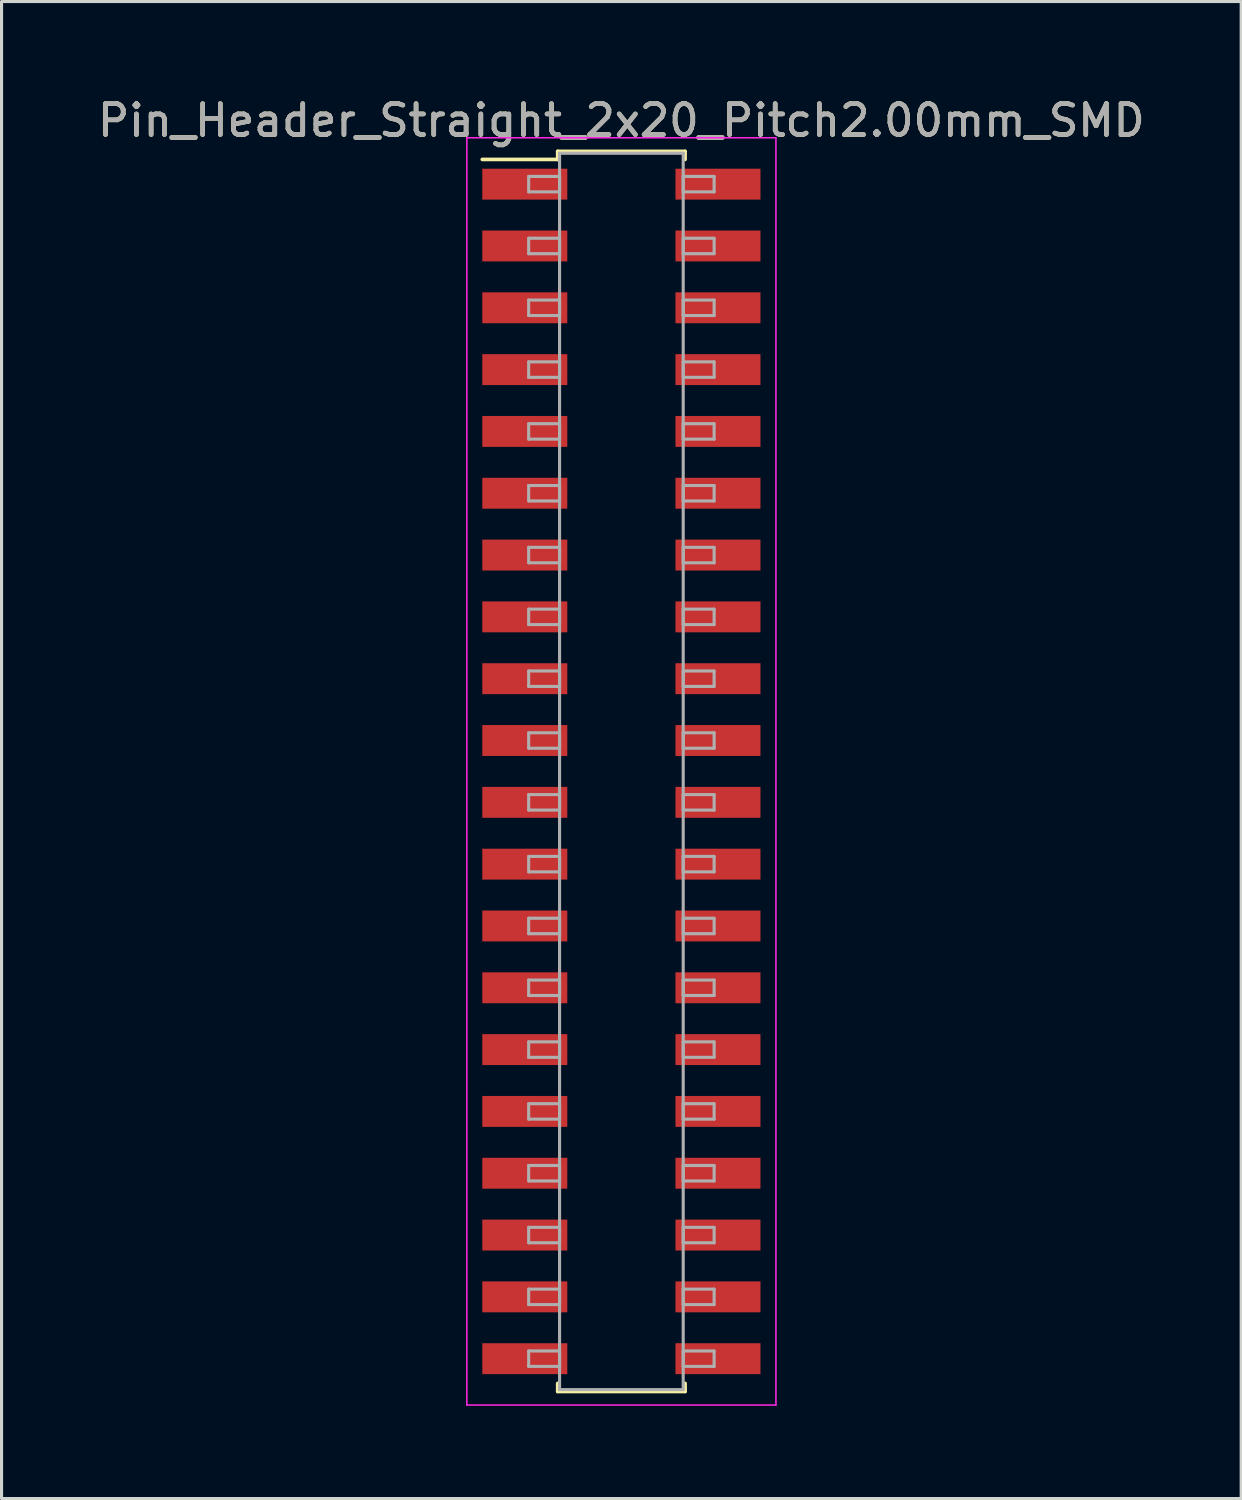
<source format=kicad_pcb>
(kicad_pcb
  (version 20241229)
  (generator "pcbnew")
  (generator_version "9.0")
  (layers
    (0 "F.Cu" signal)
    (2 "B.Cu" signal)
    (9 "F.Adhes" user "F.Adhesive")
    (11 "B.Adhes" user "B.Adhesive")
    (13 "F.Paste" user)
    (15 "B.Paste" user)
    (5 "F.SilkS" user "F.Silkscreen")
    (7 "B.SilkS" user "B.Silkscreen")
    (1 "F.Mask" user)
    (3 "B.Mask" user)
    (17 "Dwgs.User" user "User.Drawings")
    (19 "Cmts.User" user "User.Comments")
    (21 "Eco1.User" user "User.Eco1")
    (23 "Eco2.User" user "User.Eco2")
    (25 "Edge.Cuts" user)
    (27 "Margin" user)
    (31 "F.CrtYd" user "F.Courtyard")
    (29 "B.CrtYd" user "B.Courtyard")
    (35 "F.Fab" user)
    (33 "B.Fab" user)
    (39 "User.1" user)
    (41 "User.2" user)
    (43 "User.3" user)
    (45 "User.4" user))
  (footprint "Pin_Header_Straight_2x20_Pitch2.00mm_SMD"
    (layer "F.Cu")
    (at 17.054 21.908)
    (property "Reference" "Pin_Header_Straight_2x20_Pitch2.00mm_SMD" (at 0 -21.06 0) (layer "F.SilkS") (effects (font (size 1 1) (thickness 0.15))))
    (attr smd)
    (fp_line (start -4.5 -19.8) (end -2.06 -19.8) (stroke (width 0.12) (type solid)) (layer "F.SilkS"))
    (fp_line (start -2.06 -20.06) (end 2.06 -20.06) (stroke (width 0.12) (type solid)) (layer "F.SilkS"))
    (fp_line (start -2.06 -19.8) (end -2.06 -20.06) (stroke (width 0.12) (type solid)) (layer "F.SilkS"))
    (fp_line (start -2.06 19.8) (end -2.06 20.06) (stroke (width 0.12) (type solid)) (layer "F.SilkS"))
    (fp_line (start -2.06 20.06) (end 2.06 20.06) (stroke (width 0.12) (type solid)) (layer "F.SilkS"))
    (fp_line (start 2.06 -20.06) (end 2.06 -19.8) (stroke (width 0.12) (type solid)) (layer "F.SilkS"))
    (fp_line (start 2.06 20.06) (end 2.06 19.8) (stroke (width 0.12) (type solid)) (layer "F.SilkS"))
    (fp_line (start -5 -20.5) (end -5 20.5) (stroke (width 0.05) (type solid)) (layer "F.CrtYd"))
    (fp_line (start -5 20.5) (end 5 20.5) (stroke (width 0.05) (type solid)) (layer "F.CrtYd"))
    (fp_line (start 5 -20.5) (end -5 -20.5) (stroke (width 0.05) (type solid)) (layer "F.CrtYd"))
    (fp_line (start 5 20.5) (end 5 -20.5) (stroke (width 0.05) (type solid)) (layer "F.CrtYd"))
    (fp_line (start -3 -19.25) (end -2 -19.25) (stroke (width 0.1) (type solid)) (layer "F.Fab"))
    (fp_line (start -3 -18.75) (end -3 -19.25) (stroke (width 0.1) (type solid)) (layer "F.Fab"))
    (fp_line (start -3 -17.25) (end -2 -17.25) (stroke (width 0.1) (type solid)) (layer "F.Fab"))
    (fp_line (start -3 -16.75) (end -3 -17.25) (stroke (width 0.1) (type solid)) (layer "F.Fab"))
    (fp_line (start -3 -15.25) (end -2 -15.25) (stroke (width 0.1) (type solid)) (layer "F.Fab"))
    (fp_line (start -3 -14.75) (end -3 -15.25) (stroke (width 0.1) (type solid)) (layer "F.Fab"))
    (fp_line (start -3 -13.25) (end -2 -13.25) (stroke (width 0.1) (type solid)) (layer "F.Fab"))
    (fp_line (start -3 -12.75) (end -3 -13.25) (stroke (width 0.1) (type solid)) (layer "F.Fab"))
    (fp_line (start -3 -11.25) (end -2 -11.25) (stroke (width 0.1) (type solid)) (layer "F.Fab"))
    (fp_line (start -3 -10.75) (end -3 -11.25) (stroke (width 0.1) (type solid)) (layer "F.Fab"))
    (fp_line (start -3 -9.25) (end -2 -9.25) (stroke (width 0.1) (type solid)) (layer "F.Fab"))
    (fp_line (start -3 -8.75) (end -3 -9.25) (stroke (width 0.1) (type solid)) (layer "F.Fab"))
    (fp_line (start -3 -7.25) (end -2 -7.25) (stroke (width 0.1) (type solid)) (layer "F.Fab"))
    (fp_line (start -3 -6.75) (end -3 -7.25) (stroke (width 0.1) (type solid)) (layer "F.Fab"))
    (fp_line (start -3 -5.25) (end -2 -5.25) (stroke (width 0.1) (type solid)) (layer "F.Fab"))
    (fp_line (start -3 -4.75) (end -3 -5.25) (stroke (width 0.1) (type solid)) (layer "F.Fab"))
    (fp_line (start -3 -3.25) (end -2 -3.25) (stroke (width 0.1) (type solid)) (layer "F.Fab"))
    (fp_line (start -3 -2.75) (end -3 -3.25) (stroke (width 0.1) (type solid)) (layer "F.Fab"))
    (fp_line (start -3 -1.25) (end -2 -1.25) (stroke (width 0.1) (type solid)) (layer "F.Fab"))
    (fp_line (start -3 -0.75) (end -3 -1.25) (stroke (width 0.1) (type solid)) (layer "F.Fab"))
    (fp_line (start -3 0.75) (end -2 0.75) (stroke (width 0.1) (type solid)) (layer "F.Fab"))
    (fp_line (start -3 1.25) (end -3 0.75) (stroke (width 0.1) (type solid)) (layer "F.Fab"))
    (fp_line (start -3 2.75) (end -2 2.75) (stroke (width 0.1) (type solid)) (layer "F.Fab"))
    (fp_line (start -3 3.25) (end -3 2.75) (stroke (width 0.1) (type solid)) (layer "F.Fab"))
    (fp_line (start -3 4.75) (end -2 4.75) (stroke (width 0.1) (type solid)) (layer "F.Fab"))
    (fp_line (start -3 5.25) (end -3 4.75) (stroke (width 0.1) (type solid)) (layer "F.Fab"))
    (fp_line (start -3 6.75) (end -2 6.75) (stroke (width 0.1) (type solid)) (layer "F.Fab"))
    (fp_line (start -3 7.25) (end -3 6.75) (stroke (width 0.1) (type solid)) (layer "F.Fab"))
    (fp_line (start -3 8.75) (end -2 8.75) (stroke (width 0.1) (type solid)) (layer "F.Fab"))
    (fp_line (start -3 9.25) (end -3 8.75) (stroke (width 0.1) (type solid)) (layer "F.Fab"))
    (fp_line (start -3 10.75) (end -2 10.75) (stroke (width 0.1) (type solid)) (layer "F.Fab"))
    (fp_line (start -3 11.25) (end -3 10.75) (stroke (width 0.1) (type solid)) (layer "F.Fab"))
    (fp_line (start -3 12.75) (end -2 12.75) (stroke (width 0.1) (type solid)) (layer "F.Fab"))
    (fp_line (start -3 13.25) (end -3 12.75) (stroke (width 0.1) (type solid)) (layer "F.Fab"))
    (fp_line (start -3 14.75) (end -2 14.75) (stroke (width 0.1) (type solid)) (layer "F.Fab"))
    (fp_line (start -3 15.25) (end -3 14.75) (stroke (width 0.1) (type solid)) (layer "F.Fab"))
    (fp_line (start -3 16.75) (end -2 16.75) (stroke (width 0.1) (type solid)) (layer "F.Fab"))
    (fp_line (start -3 17.25) (end -3 16.75) (stroke (width 0.1) (type solid)) (layer "F.Fab"))
    (fp_line (start -3 18.75) (end -2 18.75) (stroke (width 0.1) (type solid)) (layer "F.Fab"))
    (fp_line (start -3 19.25) (end -3 18.75) (stroke (width 0.1) (type solid)) (layer "F.Fab"))
    (fp_line (start -2 -20) (end -2 20) (stroke (width 0.1) (type solid)) (layer "F.Fab"))
    (fp_line (start -2 -19.25) (end -2 -18.75) (stroke (width 0.1) (type solid)) (layer "F.Fab"))
    (fp_line (start -2 -18.75) (end -3 -18.75) (stroke (width 0.1) (type solid)) (layer "F.Fab"))
    (fp_line (start -2 -17.25) (end -2 -16.75) (stroke (width 0.1) (type solid)) (layer "F.Fab"))
    (fp_line (start -2 -16.75) (end -3 -16.75) (stroke (width 0.1) (type solid)) (layer "F.Fab"))
    (fp_line (start -2 -15.25) (end -2 -14.75) (stroke (width 0.1) (type solid)) (layer "F.Fab"))
    (fp_line (start -2 -14.75) (end -3 -14.75) (stroke (width 0.1) (type solid)) (layer "F.Fab"))
    (fp_line (start -2 -13.25) (end -2 -12.75) (stroke (width 0.1) (type solid)) (layer "F.Fab"))
    (fp_line (start -2 -12.75) (end -3 -12.75) (stroke (width 0.1) (type solid)) (layer "F.Fab"))
    (fp_line (start -2 -11.25) (end -2 -10.75) (stroke (width 0.1) (type solid)) (layer "F.Fab"))
    (fp_line (start -2 -10.75) (end -3 -10.75) (stroke (width 0.1) (type solid)) (layer "F.Fab"))
    (fp_line (start -2 -9.25) (end -2 -8.75) (stroke (width 0.1) (type solid)) (layer "F.Fab"))
    (fp_line (start -2 -8.75) (end -3 -8.75) (stroke (width 0.1) (type solid)) (layer "F.Fab"))
    (fp_line (start -2 -7.25) (end -2 -6.75) (stroke (width 0.1) (type solid)) (layer "F.Fab"))
    (fp_line (start -2 -6.75) (end -3 -6.75) (stroke (width 0.1) (type solid)) (layer "F.Fab"))
    (fp_line (start -2 -5.25) (end -2 -4.75) (stroke (width 0.1) (type solid)) (layer "F.Fab"))
    (fp_line (start -2 -4.75) (end -3 -4.75) (stroke (width 0.1) (type solid)) (layer "F.Fab"))
    (fp_line (start -2 -3.25) (end -2 -2.75) (stroke (width 0.1) (type solid)) (layer "F.Fab"))
    (fp_line (start -2 -2.75) (end -3 -2.75) (stroke (width 0.1) (type solid)) (layer "F.Fab"))
    (fp_line (start -2 -1.25) (end -2 -0.75) (stroke (width 0.1) (type solid)) (layer "F.Fab"))
    (fp_line (start -2 -0.75) (end -3 -0.75) (stroke (width 0.1) (type solid)) (layer "F.Fab"))
    (fp_line (start -2 0.75) (end -2 1.25) (stroke (width 0.1) (type solid)) (layer "F.Fab"))
    (fp_line (start -2 1.25) (end -3 1.25) (stroke (width 0.1) (type solid)) (layer "F.Fab"))
    (fp_line (start -2 2.75) (end -2 3.25) (stroke (width 0.1) (type solid)) (layer "F.Fab"))
    (fp_line (start -2 3.25) (end -3 3.25) (stroke (width 0.1) (type solid)) (layer "F.Fab"))
    (fp_line (start -2 4.75) (end -2 5.25) (stroke (width 0.1) (type solid)) (layer "F.Fab"))
    (fp_line (start -2 5.25) (end -3 5.25) (stroke (width 0.1) (type solid)) (layer "F.Fab"))
    (fp_line (start -2 6.75) (end -2 7.25) (stroke (width 0.1) (type solid)) (layer "F.Fab"))
    (fp_line (start -2 7.25) (end -3 7.25) (stroke (width 0.1) (type solid)) (layer "F.Fab"))
    (fp_line (start -2 8.75) (end -2 9.25) (stroke (width 0.1) (type solid)) (layer "F.Fab"))
    (fp_line (start -2 9.25) (end -3 9.25) (stroke (width 0.1) (type solid)) (layer "F.Fab"))
    (fp_line (start -2 10.75) (end -2 11.25) (stroke (width 0.1) (type solid)) (layer "F.Fab"))
    (fp_line (start -2 11.25) (end -3 11.25) (stroke (width 0.1) (type solid)) (layer "F.Fab"))
    (fp_line (start -2 12.75) (end -2 13.25) (stroke (width 0.1) (type solid)) (layer "F.Fab"))
    (fp_line (start -2 13.25) (end -3 13.25) (stroke (width 0.1) (type solid)) (layer "F.Fab"))
    (fp_line (start -2 14.75) (end -2 15.25) (stroke (width 0.1) (type solid)) (layer "F.Fab"))
    (fp_line (start -2 15.25) (end -3 15.25) (stroke (width 0.1) (type solid)) (layer "F.Fab"))
    (fp_line (start -2 16.75) (end -2 17.25) (stroke (width 0.1) (type solid)) (layer "F.Fab"))
    (fp_line (start -2 17.25) (end -3 17.25) (stroke (width 0.1) (type solid)) (layer "F.Fab"))
    (fp_line (start -2 18.75) (end -2 19.25) (stroke (width 0.1) (type solid)) (layer "F.Fab"))
    (fp_line (start -2 19.25) (end -3 19.25) (stroke (width 0.1) (type solid)) (layer "F.Fab"))
    (fp_line (start -2 20) (end 2 20) (stroke (width 0.1) (type solid)) (layer "F.Fab"))
    (fp_line (start 2 -20) (end -2 -20) (stroke (width 0.1) (type solid)) (layer "F.Fab"))
    (fp_line (start 2 -19.25) (end 2 -18.75) (stroke (width 0.1) (type solid)) (layer "F.Fab"))
    (fp_line (start 2 -18.75) (end 3 -18.75) (stroke (width 0.1) (type solid)) (layer "F.Fab"))
    (fp_line (start 2 -17.25) (end 2 -16.75) (stroke (width 0.1) (type solid)) (layer "F.Fab"))
    (fp_line (start 2 -16.75) (end 3 -16.75) (stroke (width 0.1) (type solid)) (layer "F.Fab"))
    (fp_line (start 2 -15.25) (end 2 -14.75) (stroke (width 0.1) (type solid)) (layer "F.Fab"))
    (fp_line (start 2 -14.75) (end 3 -14.75) (stroke (width 0.1) (type solid)) (layer "F.Fab"))
    (fp_line (start 2 -13.25) (end 2 -12.75) (stroke (width 0.1) (type solid)) (layer "F.Fab"))
    (fp_line (start 2 -12.75) (end 3 -12.75) (stroke (width 0.1) (type solid)) (layer "F.Fab"))
    (fp_line (start 2 -11.25) (end 2 -10.75) (stroke (width 0.1) (type solid)) (layer "F.Fab"))
    (fp_line (start 2 -10.75) (end 3 -10.75) (stroke (width 0.1) (type solid)) (layer "F.Fab"))
    (fp_line (start 2 -9.25) (end 2 -8.75) (stroke (width 0.1) (type solid)) (layer "F.Fab"))
    (fp_line (start 2 -8.75) (end 3 -8.75) (stroke (width 0.1) (type solid)) (layer "F.Fab"))
    (fp_line (start 2 -7.25) (end 2 -6.75) (stroke (width 0.1) (type solid)) (layer "F.Fab"))
    (fp_line (start 2 -6.75) (end 3 -6.75) (stroke (width 0.1) (type solid)) (layer "F.Fab"))
    (fp_line (start 2 -5.25) (end 2 -4.75) (stroke (width 0.1) (type solid)) (layer "F.Fab"))
    (fp_line (start 2 -4.75) (end 3 -4.75) (stroke (width 0.1) (type solid)) (layer "F.Fab"))
    (fp_line (start 2 -3.25) (end 2 -2.75) (stroke (width 0.1) (type solid)) (layer "F.Fab"))
    (fp_line (start 2 -2.75) (end 3 -2.75) (stroke (width 0.1) (type solid)) (layer "F.Fab"))
    (fp_line (start 2 -1.25) (end 2 -0.75) (stroke (width 0.1) (type solid)) (layer "F.Fab"))
    (fp_line (start 2 -0.75) (end 3 -0.75) (stroke (width 0.1) (type solid)) (layer "F.Fab"))
    (fp_line (start 2 0.75) (end 2 1.25) (stroke (width 0.1) (type solid)) (layer "F.Fab"))
    (fp_line (start 2 1.25) (end 3 1.25) (stroke (width 0.1) (type solid)) (layer "F.Fab"))
    (fp_line (start 2 2.75) (end 2 3.25) (stroke (width 0.1) (type solid)) (layer "F.Fab"))
    (fp_line (start 2 3.25) (end 3 3.25) (stroke (width 0.1) (type solid)) (layer "F.Fab"))
    (fp_line (start 2 4.75) (end 2 5.25) (stroke (width 0.1) (type solid)) (layer "F.Fab"))
    (fp_line (start 2 5.25) (end 3 5.25) (stroke (width 0.1) (type solid)) (layer "F.Fab"))
    (fp_line (start 2 6.75) (end 2 7.25) (stroke (width 0.1) (type solid)) (layer "F.Fab"))
    (fp_line (start 2 7.25) (end 3 7.25) (stroke (width 0.1) (type solid)) (layer "F.Fab"))
    (fp_line (start 2 8.75) (end 2 9.25) (stroke (width 0.1) (type solid)) (layer "F.Fab"))
    (fp_line (start 2 9.25) (end 3 9.25) (stroke (width 0.1) (type solid)) (layer "F.Fab"))
    (fp_line (start 2 10.75) (end 2 11.25) (stroke (width 0.1) (type solid)) (layer "F.Fab"))
    (fp_line (start 2 11.25) (end 3 11.25) (stroke (width 0.1) (type solid)) (layer "F.Fab"))
    (fp_line (start 2 12.75) (end 2 13.25) (stroke (width 0.1) (type solid)) (layer "F.Fab"))
    (fp_line (start 2 13.25) (end 3 13.25) (stroke (width 0.1) (type solid)) (layer "F.Fab"))
    (fp_line (start 2 14.75) (end 2 15.25) (stroke (width 0.1) (type solid)) (layer "F.Fab"))
    (fp_line (start 2 15.25) (end 3 15.25) (stroke (width 0.1) (type solid)) (layer "F.Fab"))
    (fp_line (start 2 16.75) (end 2 17.25) (stroke (width 0.1) (type solid)) (layer "F.Fab"))
    (fp_line (start 2 17.25) (end 3 17.25) (stroke (width 0.1) (type solid)) (layer "F.Fab"))
    (fp_line (start 2 18.75) (end 2 19.25) (stroke (width 0.1) (type solid)) (layer "F.Fab"))
    (fp_line (start 2 19.25) (end 3 19.25) (stroke (width 0.1) (type solid)) (layer "F.Fab"))
    (fp_line (start 2 20) (end 2 -20) (stroke (width 0.1) (type solid)) (layer "F.Fab"))
    (fp_line (start 3 -19.25) (end 2 -19.25) (stroke (width 0.1) (type solid)) (layer "F.Fab"))
    (fp_line (start 3 -18.75) (end 3 -19.25) (stroke (width 0.1) (type solid)) (layer "F.Fab"))
    (fp_line (start 3 -17.25) (end 2 -17.25) (stroke (width 0.1) (type solid)) (layer "F.Fab"))
    (fp_line (start 3 -16.75) (end 3 -17.25) (stroke (width 0.1) (type solid)) (layer "F.Fab"))
    (fp_line (start 3 -15.25) (end 2 -15.25) (stroke (width 0.1) (type solid)) (layer "F.Fab"))
    (fp_line (start 3 -14.75) (end 3 -15.25) (stroke (width 0.1) (type solid)) (layer "F.Fab"))
    (fp_line (start 3 -13.25) (end 2 -13.25) (stroke (width 0.1) (type solid)) (layer "F.Fab"))
    (fp_line (start 3 -12.75) (end 3 -13.25) (stroke (width 0.1) (type solid)) (layer "F.Fab"))
    (fp_line (start 3 -11.25) (end 2 -11.25) (stroke (width 0.1) (type solid)) (layer "F.Fab"))
    (fp_line (start 3 -10.75) (end 3 -11.25) (stroke (width 0.1) (type solid)) (layer "F.Fab"))
    (fp_line (start 3 -9.25) (end 2 -9.25) (stroke (width 0.1) (type solid)) (layer "F.Fab"))
    (fp_line (start 3 -8.75) (end 3 -9.25) (stroke (width 0.1) (type solid)) (layer "F.Fab"))
    (fp_line (start 3 -7.25) (end 2 -7.25) (stroke (width 0.1) (type solid)) (layer "F.Fab"))
    (fp_line (start 3 -6.75) (end 3 -7.25) (stroke (width 0.1) (type solid)) (layer "F.Fab"))
    (fp_line (start 3 -5.25) (end 2 -5.25) (stroke (width 0.1) (type solid)) (layer "F.Fab"))
    (fp_line (start 3 -4.75) (end 3 -5.25) (stroke (width 0.1) (type solid)) (layer "F.Fab"))
    (fp_line (start 3 -3.25) (end 2 -3.25) (stroke (width 0.1) (type solid)) (layer "F.Fab"))
    (fp_line (start 3 -2.75) (end 3 -3.25) (stroke (width 0.1) (type solid)) (layer "F.Fab"))
    (fp_line (start 3 -1.25) (end 2 -1.25) (stroke (width 0.1) (type solid)) (layer "F.Fab"))
    (fp_line (start 3 -0.75) (end 3 -1.25) (stroke (width 0.1) (type solid)) (layer "F.Fab"))
    (fp_line (start 3 0.75) (end 2 0.75) (stroke (width 0.1) (type solid)) (layer "F.Fab"))
    (fp_line (start 3 1.25) (end 3 0.75) (stroke (width 0.1) (type solid)) (layer "F.Fab"))
    (fp_line (start 3 2.75) (end 2 2.75) (stroke (width 0.1) (type solid)) (layer "F.Fab"))
    (fp_line (start 3 3.25) (end 3 2.75) (stroke (width 0.1) (type solid)) (layer "F.Fab"))
    (fp_line (start 3 4.75) (end 2 4.75) (stroke (width 0.1) (type solid)) (layer "F.Fab"))
    (fp_line (start 3 5.25) (end 3 4.75) (stroke (width 0.1) (type solid)) (layer "F.Fab"))
    (fp_line (start 3 6.75) (end 2 6.75) (stroke (width 0.1) (type solid)) (layer "F.Fab"))
    (fp_line (start 3 7.25) (end 3 6.75) (stroke (width 0.1) (type solid)) (layer "F.Fab"))
    (fp_line (start 3 8.75) (end 2 8.75) (stroke (width 0.1) (type solid)) (layer "F.Fab"))
    (fp_line (start 3 9.25) (end 3 8.75) (stroke (width 0.1) (type solid)) (layer "F.Fab"))
    (fp_line (start 3 10.75) (end 2 10.75) (stroke (width 0.1) (type solid)) (layer "F.Fab"))
    (fp_line (start 3 11.25) (end 3 10.75) (stroke (width 0.1) (type solid)) (layer "F.Fab"))
    (fp_line (start 3 12.75) (end 2 12.75) (stroke (width 0.1) (type solid)) (layer "F.Fab"))
    (fp_line (start 3 13.25) (end 3 12.75) (stroke (width 0.1) (type solid)) (layer "F.Fab"))
    (fp_line (start 3 14.75) (end 2 14.75) (stroke (width 0.1) (type solid)) (layer "F.Fab"))
    (fp_line (start 3 15.25) (end 3 14.75) (stroke (width 0.1) (type solid)) (layer "F.Fab"))
    (fp_line (start 3 16.75) (end 2 16.75) (stroke (width 0.1) (type solid)) (layer "F.Fab"))
    (fp_line (start 3 17.25) (end 3 16.75) (stroke (width 0.1) (type solid)) (layer "F.Fab"))
    (fp_line (start 3 18.75) (end 2 18.75) (stroke (width 0.1) (type solid)) (layer "F.Fab"))
    (fp_line (start 3 19.25) (end 3 18.75) (stroke (width 0.1) (type solid)) (layer "F.Fab"))
    (fp_text user "${REFERENCE}" (at 0 -21.06 0) (layer "F.Fab") (effects (font (size 1 1) (thickness 0.15))))
    (pad "1" smd rect (at -3.125 -19) (size 2.75 1) (layers "F.Cu" "F.Mask" "F.Paste"))
    (pad "2" smd rect (at 3.125 -19) (size 2.75 1) (layers "F.Cu" "F.Mask" "F.Paste"))
    (pad "3" smd rect (at -3.125 -17) (size 2.75 1) (layers "F.Cu" "F.Mask" "F.Paste"))
    (pad "4" smd rect (at 3.125 -17) (size 2.75 1) (layers "F.Cu" "F.Mask" "F.Paste"))
    (pad "5" smd rect (at -3.125 -15) (size 2.75 1) (layers "F.Cu" "F.Mask" "F.Paste"))
    (pad "6" smd rect (at 3.125 -15) (size 2.75 1) (layers "F.Cu" "F.Mask" "F.Paste"))
    (pad "7" smd rect (at -3.125 -13) (size 2.75 1) (layers "F.Cu" "F.Mask" "F.Paste"))
    (pad "8" smd rect (at 3.125 -13) (size 2.75 1) (layers "F.Cu" "F.Mask" "F.Paste"))
    (pad "9" smd rect (at -3.125 -11) (size 2.75 1) (layers "F.Cu" "F.Mask" "F.Paste"))
    (pad "10" smd rect (at 3.125 -11) (size 2.75 1) (layers "F.Cu" "F.Mask" "F.Paste"))
    (pad "11" smd rect (at -3.125 -9) (size 2.75 1) (layers "F.Cu" "F.Mask" "F.Paste"))
    (pad "12" smd rect (at 3.125 -9) (size 2.75 1) (layers "F.Cu" "F.Mask" "F.Paste"))
    (pad "13" smd rect (at -3.125 -7) (size 2.75 1) (layers "F.Cu" "F.Mask" "F.Paste"))
    (pad "14" smd rect (at 3.125 -7) (size 2.75 1) (layers "F.Cu" "F.Mask" "F.Paste"))
    (pad "15" smd rect (at -3.125 -5) (size 2.75 1) (layers "F.Cu" "F.Mask" "F.Paste"))
    (pad "16" smd rect (at 3.125 -5) (size 2.75 1) (layers "F.Cu" "F.Mask" "F.Paste"))
    (pad "17" smd rect (at -3.125 -3) (size 2.75 1) (layers "F.Cu" "F.Mask" "F.Paste"))
    (pad "18" smd rect (at 3.125 -3) (size 2.75 1) (layers "F.Cu" "F.Mask" "F.Paste"))
    (pad "19" smd rect (at -3.125 -1) (size 2.75 1) (layers "F.Cu" "F.Mask" "F.Paste"))
    (pad "20" smd rect (at 3.125 -1) (size 2.75 1) (layers "F.Cu" "F.Mask" "F.Paste"))
    (pad "21" smd rect (at -3.125 1) (size 2.75 1) (layers "F.Cu" "F.Mask" "F.Paste"))
    (pad "22" smd rect (at 3.125 1) (size 2.75 1) (layers "F.Cu" "F.Mask" "F.Paste"))
    (pad "23" smd rect (at -3.125 3) (size 2.75 1) (layers "F.Cu" "F.Mask" "F.Paste"))
    (pad "24" smd rect (at 3.125 3) (size 2.75 1) (layers "F.Cu" "F.Mask" "F.Paste"))
    (pad "25" smd rect (at -3.125 5) (size 2.75 1) (layers "F.Cu" "F.Mask" "F.Paste"))
    (pad "26" smd rect (at 3.125 5) (size 2.75 1) (layers "F.Cu" "F.Mask" "F.Paste"))
    (pad "27" smd rect (at -3.125 7) (size 2.75 1) (layers "F.Cu" "F.Mask" "F.Paste"))
    (pad "28" smd rect (at 3.125 7) (size 2.75 1) (layers "F.Cu" "F.Mask" "F.Paste"))
    (pad "29" smd rect (at -3.125 9) (size 2.75 1) (layers "F.Cu" "F.Mask" "F.Paste"))
    (pad "30" smd rect (at 3.125 9) (size 2.75 1) (layers "F.Cu" "F.Mask" "F.Paste"))
    (pad "31" smd rect (at -3.125 11) (size 2.75 1) (layers "F.Cu" "F.Mask" "F.Paste"))
    (pad "32" smd rect (at 3.125 11) (size 2.75 1) (layers "F.Cu" "F.Mask" "F.Paste"))
    (pad "33" smd rect (at -3.125 13) (size 2.75 1) (layers "F.Cu" "F.Mask" "F.Paste"))
    (pad "34" smd rect (at 3.125 13) (size 2.75 1) (layers "F.Cu" "F.Mask" "F.Paste"))
    (pad "35" smd rect (at -3.125 15) (size 2.75 1) (layers "F.Cu" "F.Mask" "F.Paste"))
    (pad "36" smd rect (at 3.125 15) (size 2.75 1) (layers "F.Cu" "F.Mask" "F.Paste"))
    (pad "37" smd rect (at -3.125 17) (size 2.75 1) (layers "F.Cu" "F.Mask" "F.Paste"))
    (pad "38" smd rect (at 3.125 17) (size 2.75 1) (layers "F.Cu" "F.Mask" "F.Paste"))
    (pad "39" smd rect (at -3.125 19) (size 2.75 1) (layers "F.Cu" "F.Mask" "F.Paste"))
    (pad "40" smd rect (at 3.125 19) (size 2.75 1) (layers "F.Cu" "F.Mask" "F.Paste")))
  (gr_rect
    (start -3 -3)
    (end 37.107 45.433)
    (stroke (width 0.1) (type default))
    (fill no)
    (layer "Edge.Cuts")))
</source>
